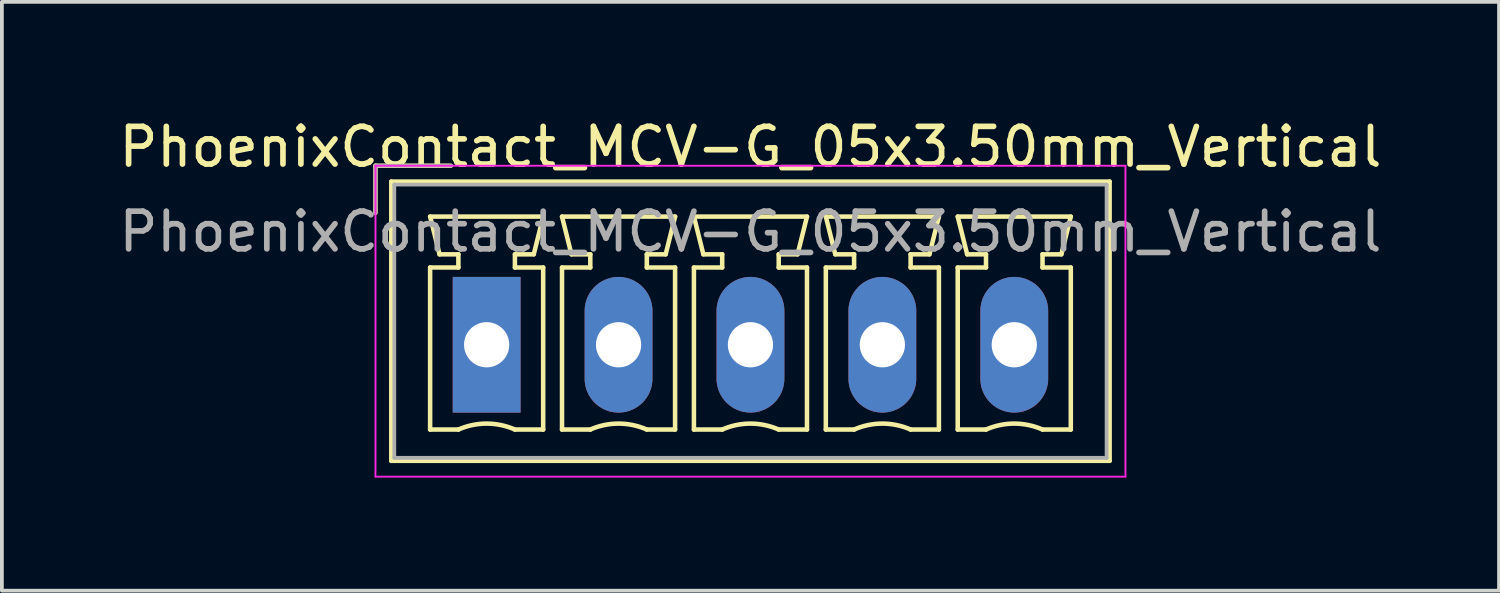
<source format=kicad_pcb>
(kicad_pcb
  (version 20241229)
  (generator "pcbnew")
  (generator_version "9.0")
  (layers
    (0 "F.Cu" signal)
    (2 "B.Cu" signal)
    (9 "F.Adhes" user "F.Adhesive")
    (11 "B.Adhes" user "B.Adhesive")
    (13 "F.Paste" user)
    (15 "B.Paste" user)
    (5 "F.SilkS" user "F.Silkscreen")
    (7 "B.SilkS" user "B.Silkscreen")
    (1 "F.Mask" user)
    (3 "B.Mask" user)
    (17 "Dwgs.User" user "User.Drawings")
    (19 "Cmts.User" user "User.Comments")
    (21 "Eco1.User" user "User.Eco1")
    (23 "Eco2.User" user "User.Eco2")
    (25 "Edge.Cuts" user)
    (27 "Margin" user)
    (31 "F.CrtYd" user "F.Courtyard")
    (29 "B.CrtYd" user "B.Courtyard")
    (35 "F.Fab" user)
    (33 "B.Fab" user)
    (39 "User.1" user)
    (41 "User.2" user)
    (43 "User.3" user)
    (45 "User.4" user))
  (footprint "PhoenixContact_MCV-G_05x3.50mm_Vertical"
    (layer "F.Cu")
    (at 9.863 6.098)
    (property "Reference" "PhoenixContact_MCV-G_05x3.50mm_Vertical" (at 7 -5.25 0) (layer "F.SilkS") (effects (font (size 1 1) (thickness 0.15))))
    (attr through_hole)
    (fp_line (start -2.95 -4.75) (end -0.95 -4.75) (stroke (width 0.12) (type solid)) (layer "F.SilkS"))
    (fp_line (start -2.95 -3.5) (end -2.95 -4.75) (stroke (width 0.12) (type solid)) (layer "F.SilkS"))
    (fp_line (start -2.53 -4.33) (end -2.53 3.08) (stroke (width 0.12) (type solid)) (layer "F.SilkS"))
    (fp_line (start -2.53 3.08) (end 16.53 3.08) (stroke (width 0.12) (type solid)) (layer "F.SilkS"))
    (fp_line (start -1.5 -3.4) (end 1.5 -3.4) (stroke (width 0.12) (type solid)) (layer "F.SilkS"))
    (fp_line (start -1.5 -2.05) (end -0.75 -2.05) (stroke (width 0.12) (type solid)) (layer "F.SilkS"))
    (fp_line (start -1.5 2.25) (end -1.5 -2.05) (stroke (width 0.12) (type solid)) (layer "F.SilkS"))
    (fp_line (start -1.25 -2.4) (end -1.5 -3.4) (stroke (width 0.12) (type solid)) (layer "F.SilkS"))
    (fp_line (start -0.75 -2.4) (end -1.25 -2.4) (stroke (width 0.12) (type solid)) (layer "F.SilkS"))
    (fp_line (start -0.75 -2.05) (end -0.75 -2.4) (stroke (width 0.12) (type solid)) (layer "F.SilkS"))
    (fp_line (start -0.75 2.25) (end -1.5 2.25) (stroke (width 0.12) (type solid)) (layer "F.SilkS"))
    (fp_line (start 0.75 -2.4) (end 0.75 -2.05) (stroke (width 0.12) (type solid)) (layer "F.SilkS"))
    (fp_line (start 0.75 -2.05) (end 1.5 -2.05) (stroke (width 0.12) (type solid)) (layer "F.SilkS"))
    (fp_line (start 1.25 -2.4) (end 0.75 -2.4) (stroke (width 0.12) (type solid)) (layer "F.SilkS"))
    (fp_line (start 1.5 -3.4) (end 1.25 -2.4) (stroke (width 0.12) (type solid)) (layer "F.SilkS"))
    (fp_line (start 1.5 -2.05) (end 1.5 2.25) (stroke (width 0.12) (type solid)) (layer "F.SilkS"))
    (fp_line (start 1.5 2.25) (end 0.75 2.25) (stroke (width 0.12) (type solid)) (layer "F.SilkS"))
    (fp_line (start 2 -3.4) (end 5 -3.4) (stroke (width 0.12) (type solid)) (layer "F.SilkS"))
    (fp_line (start 2 -2.05) (end 2.75 -2.05) (stroke (width 0.12) (type solid)) (layer "F.SilkS"))
    (fp_line (start 2 2.25) (end 2 -2.05) (stroke (width 0.12) (type solid)) (layer "F.SilkS"))
    (fp_line (start 2.25 -2.4) (end 2 -3.4) (stroke (width 0.12) (type solid)) (layer "F.SilkS"))
    (fp_line (start 2.75 -2.4) (end 2.25 -2.4) (stroke (width 0.12) (type solid)) (layer "F.SilkS"))
    (fp_line (start 2.75 -2.05) (end 2.75 -2.4) (stroke (width 0.12) (type solid)) (layer "F.SilkS"))
    (fp_line (start 2.75 2.25) (end 2 2.25) (stroke (width 0.12) (type solid)) (layer "F.SilkS"))
    (fp_line (start 4.25 -2.4) (end 4.25 -2.05) (stroke (width 0.12) (type solid)) (layer "F.SilkS"))
    (fp_line (start 4.25 -2.05) (end 5 -2.05) (stroke (width 0.12) (type solid)) (layer "F.SilkS"))
    (fp_line (start 4.75 -2.4) (end 4.25 -2.4) (stroke (width 0.12) (type solid)) (layer "F.SilkS"))
    (fp_line (start 5 -3.4) (end 4.75 -2.4) (stroke (width 0.12) (type solid)) (layer "F.SilkS"))
    (fp_line (start 5 -2.05) (end 5 2.25) (stroke (width 0.12) (type solid)) (layer "F.SilkS"))
    (fp_line (start 5 2.25) (end 4.25 2.25) (stroke (width 0.12) (type solid)) (layer "F.SilkS"))
    (fp_line (start 5.5 -3.4) (end 8.5 -3.4) (stroke (width 0.12) (type solid)) (layer "F.SilkS"))
    (fp_line (start 5.5 -2.05) (end 6.25 -2.05) (stroke (width 0.12) (type solid)) (layer "F.SilkS"))
    (fp_line (start 5.5 2.25) (end 5.5 -2.05) (stroke (width 0.12) (type solid)) (layer "F.SilkS"))
    (fp_line (start 5.75 -2.4) (end 5.5 -3.4) (stroke (width 0.12) (type solid)) (layer "F.SilkS"))
    (fp_line (start 6.25 -2.4) (end 5.75 -2.4) (stroke (width 0.12) (type solid)) (layer "F.SilkS"))
    (fp_line (start 6.25 -2.05) (end 6.25 -2.4) (stroke (width 0.12) (type solid)) (layer "F.SilkS"))
    (fp_line (start 6.25 2.25) (end 5.5 2.25) (stroke (width 0.12) (type solid)) (layer "F.SilkS"))
    (fp_line (start 7.75 -2.4) (end 7.75 -2.05) (stroke (width 0.12) (type solid)) (layer "F.SilkS"))
    (fp_line (start 7.75 -2.05) (end 8.5 -2.05) (stroke (width 0.12) (type solid)) (layer "F.SilkS"))
    (fp_line (start 8.25 -2.4) (end 7.75 -2.4) (stroke (width 0.12) (type solid)) (layer "F.SilkS"))
    (fp_line (start 8.5 -3.4) (end 8.25 -2.4) (stroke (width 0.12) (type solid)) (layer "F.SilkS"))
    (fp_line (start 8.5 -2.05) (end 8.5 2.25) (stroke (width 0.12) (type solid)) (layer "F.SilkS"))
    (fp_line (start 8.5 2.25) (end 7.75 2.25) (stroke (width 0.12) (type solid)) (layer "F.SilkS"))
    (fp_line (start 9 -3.4) (end 12 -3.4) (stroke (width 0.12) (type solid)) (layer "F.SilkS"))
    (fp_line (start 9 -2.05) (end 9.75 -2.05) (stroke (width 0.12) (type solid)) (layer "F.SilkS"))
    (fp_line (start 9 2.25) (end 9 -2.05) (stroke (width 0.12) (type solid)) (layer "F.SilkS"))
    (fp_line (start 9.25 -2.4) (end 9 -3.4) (stroke (width 0.12) (type solid)) (layer "F.SilkS"))
    (fp_line (start 9.75 -2.4) (end 9.25 -2.4) (stroke (width 0.12) (type solid)) (layer "F.SilkS"))
    (fp_line (start 9.75 -2.05) (end 9.75 -2.4) (stroke (width 0.12) (type solid)) (layer "F.SilkS"))
    (fp_line (start 9.75 2.25) (end 9 2.25) (stroke (width 0.12) (type solid)) (layer "F.SilkS"))
    (fp_line (start 11.25 -2.4) (end 11.25 -2.05) (stroke (width 0.12) (type solid)) (layer "F.SilkS"))
    (fp_line (start 11.25 -2.05) (end 12 -2.05) (stroke (width 0.12) (type solid)) (layer "F.SilkS"))
    (fp_line (start 11.75 -2.4) (end 11.25 -2.4) (stroke (width 0.12) (type solid)) (layer "F.SilkS"))
    (fp_line (start 12 -3.4) (end 11.75 -2.4) (stroke (width 0.12) (type solid)) (layer "F.SilkS"))
    (fp_line (start 12 -2.05) (end 12 2.25) (stroke (width 0.12) (type solid)) (layer "F.SilkS"))
    (fp_line (start 12 2.25) (end 11.25 2.25) (stroke (width 0.12) (type solid)) (layer "F.SilkS"))
    (fp_line (start 12.5 -3.4) (end 15.5 -3.4) (stroke (width 0.12) (type solid)) (layer "F.SilkS"))
    (fp_line (start 12.5 -2.05) (end 13.25 -2.05) (stroke (width 0.12) (type solid)) (layer "F.SilkS"))
    (fp_line (start 12.5 2.25) (end 12.5 -2.05) (stroke (width 0.12) (type solid)) (layer "F.SilkS"))
    (fp_line (start 12.75 -2.4) (end 12.5 -3.4) (stroke (width 0.12) (type solid)) (layer "F.SilkS"))
    (fp_line (start 13.25 -2.4) (end 12.75 -2.4) (stroke (width 0.12) (type solid)) (layer "F.SilkS"))
    (fp_line (start 13.25 -2.05) (end 13.25 -2.4) (stroke (width 0.12) (type solid)) (layer "F.SilkS"))
    (fp_line (start 13.25 2.25) (end 12.5 2.25) (stroke (width 0.12) (type solid)) (layer "F.SilkS"))
    (fp_line (start 14.75 -2.4) (end 14.75 -2.05) (stroke (width 0.12) (type solid)) (layer "F.SilkS"))
    (fp_line (start 14.75 -2.05) (end 15.5 -2.05) (stroke (width 0.12) (type solid)) (layer "F.SilkS"))
    (fp_line (start 15.25 -2.4) (end 14.75 -2.4) (stroke (width 0.12) (type solid)) (layer "F.SilkS"))
    (fp_line (start 15.5 -3.4) (end 15.25 -2.4) (stroke (width 0.12) (type solid)) (layer "F.SilkS"))
    (fp_line (start 15.5 -2.05) (end 15.5 2.25) (stroke (width 0.12) (type solid)) (layer "F.SilkS"))
    (fp_line (start 15.5 2.25) (end 14.75 2.25) (stroke (width 0.12) (type solid)) (layer "F.SilkS"))
    (fp_line (start 16.53 -4.33) (end -2.53 -4.33) (stroke (width 0.12) (type solid)) (layer "F.SilkS"))
    (fp_line (start 16.53 3.08) (end 16.53 -4.33) (stroke (width 0.12) (type solid)) (layer "F.SilkS"))
    (fp_arc (start -0.75 2.25) (mid -0.000193 2.09191) (end 0.749647 2.249844) (stroke (width 0.12) (type solid)) (layer "F.SilkS"))
    (fp_arc (start 2.75 2.25) (mid 3.499807 2.09191) (end 4.249647 2.249844) (stroke (width 0.12) (type solid)) (layer "F.SilkS"))
    (fp_arc (start 6.25 2.25) (mid 6.999807 2.09191) (end 7.749647 2.249844) (stroke (width 0.12) (type solid)) (layer "F.SilkS"))
    (fp_arc (start 9.75 2.25) (mid 10.499807 2.09191) (end 11.249647 2.249844) (stroke (width 0.12) (type solid)) (layer "F.SilkS"))
    (fp_arc (start 13.25 2.25) (mid 13.999807 2.09191) (end 14.749647 2.249844) (stroke (width 0.12) (type solid)) (layer "F.SilkS"))
    (fp_line (start -2.95 -4.75) (end -2.95 3.5) (stroke (width 0.05) (type solid)) (layer "F.CrtYd"))
    (fp_line (start -2.95 3.5) (end 16.95 3.5) (stroke (width 0.05) (type solid)) (layer "F.CrtYd"))
    (fp_line (start 16.95 -4.75) (end -2.95 -4.75) (stroke (width 0.05) (type solid)) (layer "F.CrtYd"))
    (fp_line (start 16.95 3.5) (end 16.95 -4.75) (stroke (width 0.05) (type solid)) (layer "F.CrtYd"))
    (fp_line (start -2.95 -4.75) (end -0.95 -4.75) (stroke (width 0.1) (type solid)) (layer "F.Fab"))
    (fp_line (start -2.95 -3.5) (end -2.95 -4.75) (stroke (width 0.1) (type solid)) (layer "F.Fab"))
    (fp_line (start -2.45 -4.25) (end -2.45 3) (stroke (width 0.1) (type solid)) (layer "F.Fab"))
    (fp_line (start -2.45 3) (end 16.45 3) (stroke (width 0.1) (type solid)) (layer "F.Fab"))
    (fp_line (start 16.45 -4.25) (end -2.45 -4.25) (stroke (width 0.1) (type solid)) (layer "F.Fab"))
    (fp_line (start 16.45 3) (end 16.45 -4.25) (stroke (width 0.1) (type solid)) (layer "F.Fab"))
    (fp_text user "${REFERENCE}" (at 7 -3 0) (layer "F.Fab") (effects (font (size 1 1) (thickness 0.15))))
    (pad "1" thru_hole rect (at 0 0) (size 1.8 3.6) (drill 1.2) (layers "*.Cu" "*.Mask"))
    (pad "2" thru_hole oval (at 3.5 0) (size 1.8 3.6) (drill 1.2) (layers "*.Cu" "*.Mask"))
    (pad "3" thru_hole oval (at 7 0) (size 1.8 3.6) (drill 1.2) (layers "*.Cu" "*.Mask"))
    (pad "4" thru_hole oval (at 10.5 0) (size 1.8 3.6) (drill 1.2) (layers "*.Cu" "*.Mask"))
    (pad "5" thru_hole oval (at 14 0) (size 1.8 3.6) (drill 1.2) (layers "*.Cu" "*.Mask")))
  (gr_rect
    (start -3 -3)
    (end 36.726 12.623)
    (stroke (width 0.1) (type default))
    (fill no)
    (layer "Edge.Cuts")))
</source>
